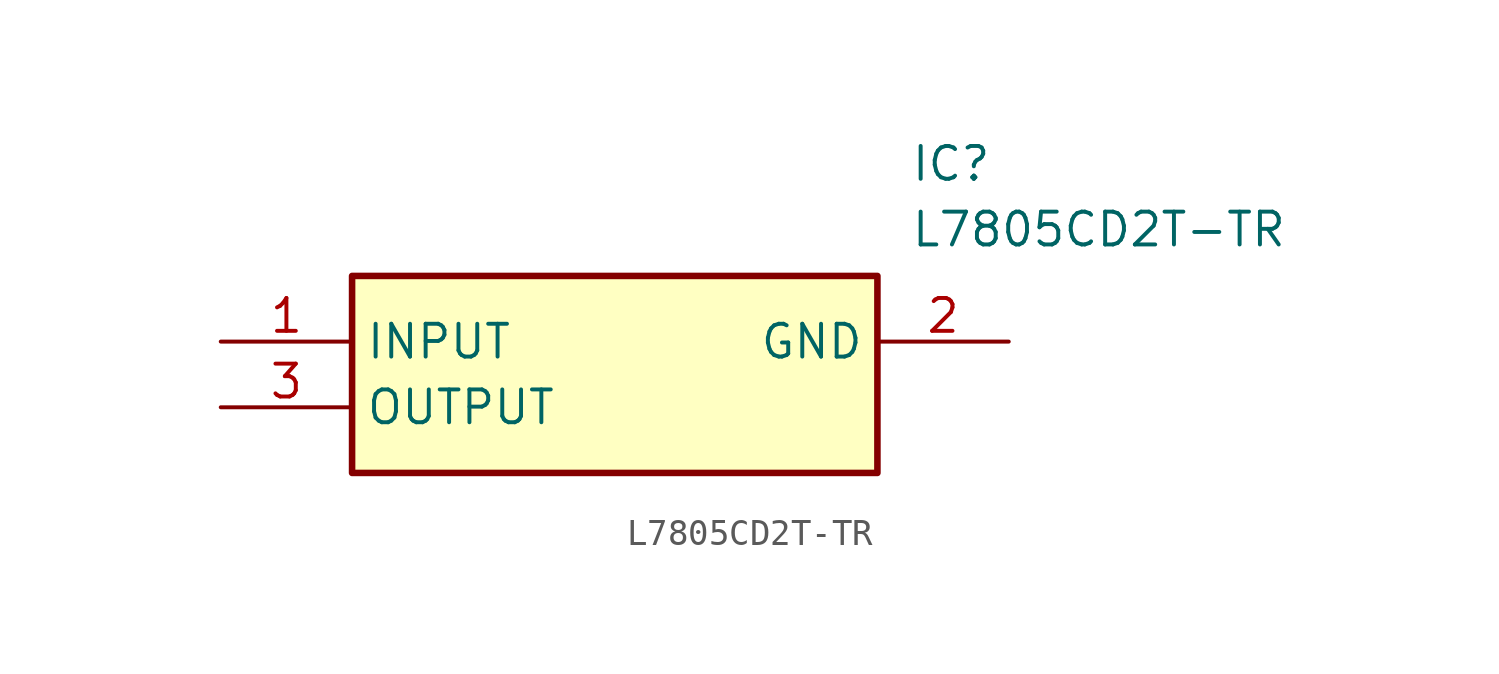
<source format=kicad_sym>
(kicad_symbol_lib
  (version 20211014)
  (generator SamacSys_ECAD_Model)
  (symbol "L7805CD2T-TR"
    (property "Reference" "IC"
      (at 26.67 7.62 0)
      (effects (font (size 1.27 1.27)) (justify left top)))
    (property "Value" "L7805CD2T-TR"
      (at 26.67 5.08 0)
      (effects (font (size 1.27 1.27)) (justify left top)))
    (rectangle
      (start 5.08 2.54)
      (end 25.4 -5.08)
      (stroke (width 0.254) (type default))
      (fill (type background)))
    (pin passive line
      (at 0 0 0)
      (length 5.08)
      (name "INPUT" (effects (font (size 1.27 1.27))))
      (number "1" (effects (font (size 1.27 1.27)))))
    (pin passive line
      (at 30.48 0 180)
      (length 5.08)
      (name "GND" (effects (font (size 1.27 1.27))))
      (number "2" (effects (font (size 1.27 1.27)))))
    (pin passive line
      (at 0 -2.54 0)
      (length 5.08)
      (name "OUTPUT" (effects (font (size 1.27 1.27))))
      (number "3" (effects (font (size 1.27 1.27)))))))
</source>
